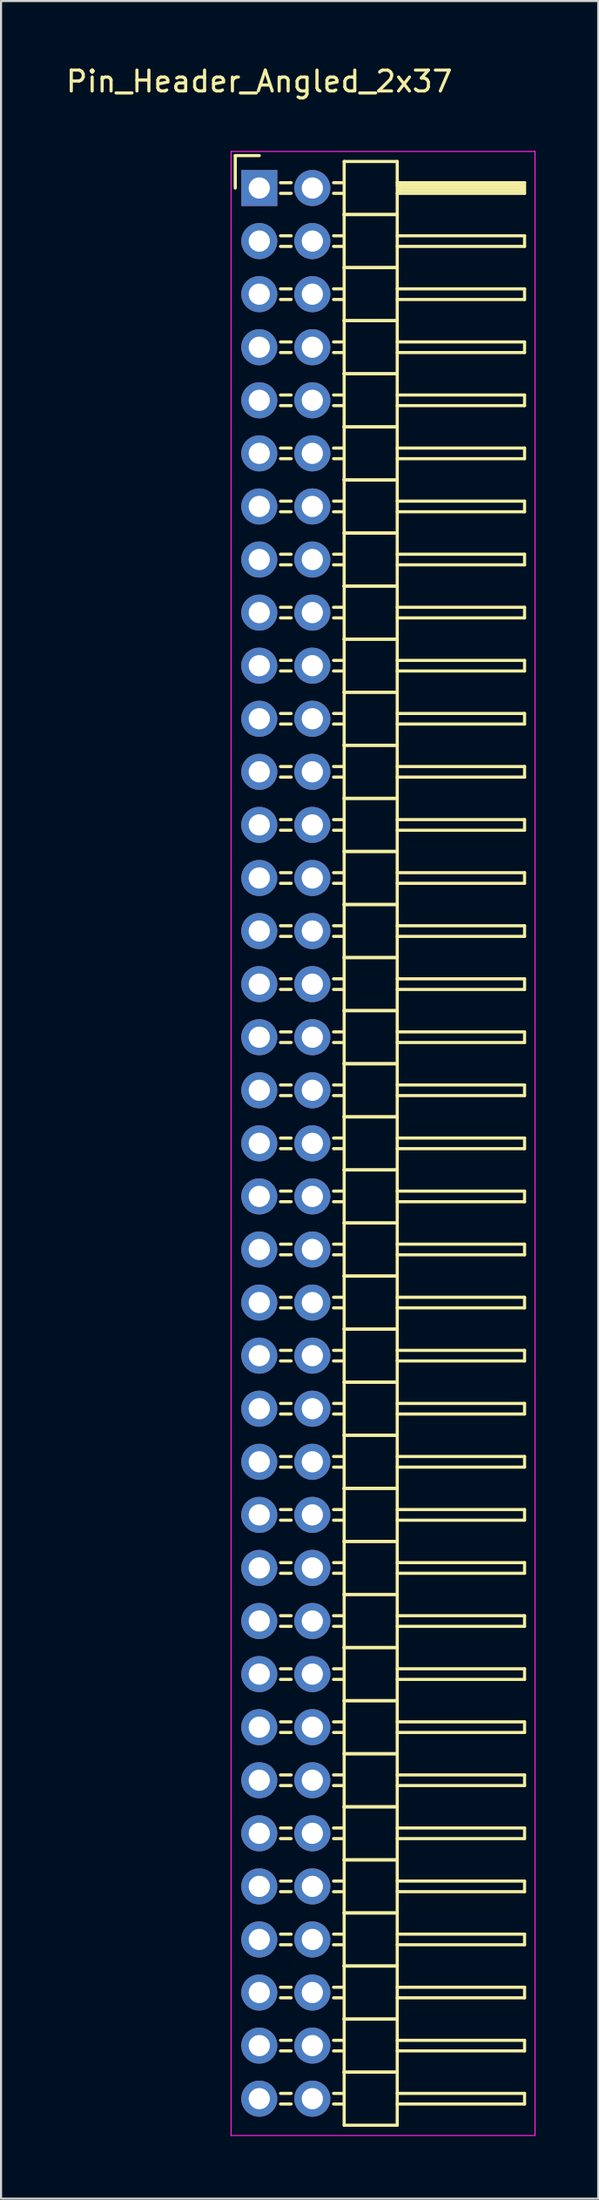
<source format=kicad_pcb>
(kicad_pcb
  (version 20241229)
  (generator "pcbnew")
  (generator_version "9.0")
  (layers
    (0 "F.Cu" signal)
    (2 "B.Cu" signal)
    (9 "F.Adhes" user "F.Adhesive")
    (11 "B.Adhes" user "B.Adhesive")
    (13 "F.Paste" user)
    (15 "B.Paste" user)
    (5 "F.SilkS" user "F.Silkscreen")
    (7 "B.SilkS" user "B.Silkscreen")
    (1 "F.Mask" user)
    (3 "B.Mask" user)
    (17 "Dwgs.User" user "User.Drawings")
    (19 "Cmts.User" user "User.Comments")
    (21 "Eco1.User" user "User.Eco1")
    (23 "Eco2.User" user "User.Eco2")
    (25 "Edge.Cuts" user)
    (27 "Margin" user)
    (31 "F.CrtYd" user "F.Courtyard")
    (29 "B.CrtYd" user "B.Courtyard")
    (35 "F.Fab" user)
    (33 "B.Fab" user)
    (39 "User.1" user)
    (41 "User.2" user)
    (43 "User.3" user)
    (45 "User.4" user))
  (footprint "Pin_Header_Angled_2x37"
    (layer "F.Cu")
    (at 9.363 5.948)
    (property "Reference" "Pin_Header_Angled_2x37" (at 0 -5.1 0) (layer "F.SilkS") (effects (font (size 1 1) (thickness 0.15))))
    (attr through_hole)
    (fp_line (start -1.15 -1.55) (end -1.15 0) (stroke (width 0.15) (type solid)) (layer "F.SilkS"))
    (fp_line (start 0 -1.55) (end -1.15 -1.55) (stroke (width 0.15) (type solid)) (layer "F.SilkS"))
    (fp_line (start 1.524 -0.254) (end 1.016 -0.254) (stroke (width 0.15) (type solid)) (layer "F.SilkS"))
    (fp_line (start 1.524 0.254) (end 1.016 0.254) (stroke (width 0.15) (type solid)) (layer "F.SilkS"))
    (fp_line (start 1.524 2.286) (end 1.016 2.286) (stroke (width 0.15) (type solid)) (layer "F.SilkS"))
    (fp_line (start 1.524 2.794) (end 1.016 2.794) (stroke (width 0.15) (type solid)) (layer "F.SilkS"))
    (fp_line (start 1.524 4.826) (end 1.016 4.826) (stroke (width 0.15) (type solid)) (layer "F.SilkS"))
    (fp_line (start 1.524 5.334) (end 1.016 5.334) (stroke (width 0.15) (type solid)) (layer "F.SilkS"))
    (fp_line (start 1.524 7.366) (end 1.016 7.366) (stroke (width 0.15) (type solid)) (layer "F.SilkS"))
    (fp_line (start 1.524 7.874) (end 1.016 7.874) (stroke (width 0.15) (type solid)) (layer "F.SilkS"))
    (fp_line (start 1.524 9.906) (end 1.016 9.906) (stroke (width 0.15) (type solid)) (layer "F.SilkS"))
    (fp_line (start 1.524 10.414) (end 1.016 10.414) (stroke (width 0.15) (type solid)) (layer "F.SilkS"))
    (fp_line (start 1.524 12.446) (end 1.016 12.446) (stroke (width 0.15) (type solid)) (layer "F.SilkS"))
    (fp_line (start 1.524 12.954) (end 1.016 12.954) (stroke (width 0.15) (type solid)) (layer "F.SilkS"))
    (fp_line (start 1.524 14.986) (end 1.016 14.986) (stroke (width 0.15) (type solid)) (layer "F.SilkS"))
    (fp_line (start 1.524 15.494) (end 1.016 15.494) (stroke (width 0.15) (type solid)) (layer "F.SilkS"))
    (fp_line (start 1.524 17.526) (end 1.016 17.526) (stroke (width 0.15) (type solid)) (layer "F.SilkS"))
    (fp_line (start 1.524 18.034) (end 1.016 18.034) (stroke (width 0.15) (type solid)) (layer "F.SilkS"))
    (fp_line (start 1.524 20.066) (end 1.016 20.066) (stroke (width 0.15) (type solid)) (layer "F.SilkS"))
    (fp_line (start 1.524 20.574) (end 1.016 20.574) (stroke (width 0.15) (type solid)) (layer "F.SilkS"))
    (fp_line (start 1.524 22.606) (end 1.016 22.606) (stroke (width 0.15) (type solid)) (layer "F.SilkS"))
    (fp_line (start 1.524 23.114) (end 1.016 23.114) (stroke (width 0.15) (type solid)) (layer "F.SilkS"))
    (fp_line (start 1.524 25.146) (end 1.016 25.146) (stroke (width 0.15) (type solid)) (layer "F.SilkS"))
    (fp_line (start 1.524 25.654) (end 1.016 25.654) (stroke (width 0.15) (type solid)) (layer "F.SilkS"))
    (fp_line (start 1.524 27.686) (end 1.016 27.686) (stroke (width 0.15) (type solid)) (layer "F.SilkS"))
    (fp_line (start 1.524 28.194) (end 1.016 28.194) (stroke (width 0.15) (type solid)) (layer "F.SilkS"))
    (fp_line (start 1.524 30.226) (end 1.016 30.226) (stroke (width 0.15) (type solid)) (layer "F.SilkS"))
    (fp_line (start 1.524 30.734) (end 1.016 30.734) (stroke (width 0.15) (type solid)) (layer "F.SilkS"))
    (fp_line (start 1.524 32.766) (end 1.016 32.766) (stroke (width 0.15) (type solid)) (layer "F.SilkS"))
    (fp_line (start 1.524 33.274) (end 1.016 33.274) (stroke (width 0.15) (type solid)) (layer "F.SilkS"))
    (fp_line (start 1.524 35.306) (end 1.016 35.306) (stroke (width 0.15) (type solid)) (layer "F.SilkS"))
    (fp_line (start 1.524 35.814) (end 1.016 35.814) (stroke (width 0.15) (type solid)) (layer "F.SilkS"))
    (fp_line (start 1.524 37.846) (end 1.016 37.846) (stroke (width 0.15) (type solid)) (layer "F.SilkS"))
    (fp_line (start 1.524 38.354) (end 1.016 38.354) (stroke (width 0.15) (type solid)) (layer "F.SilkS"))
    (fp_line (start 1.524 40.386) (end 1.016 40.386) (stroke (width 0.15) (type solid)) (layer "F.SilkS"))
    (fp_line (start 1.524 40.894) (end 1.016 40.894) (stroke (width 0.15) (type solid)) (layer "F.SilkS"))
    (fp_line (start 1.524 42.926) (end 1.016 42.926) (stroke (width 0.15) (type solid)) (layer "F.SilkS"))
    (fp_line (start 1.524 43.434) (end 1.016 43.434) (stroke (width 0.15) (type solid)) (layer "F.SilkS"))
    (fp_line (start 1.524 45.466) (end 1.016 45.466) (stroke (width 0.15) (type solid)) (layer "F.SilkS"))
    (fp_line (start 1.524 45.974) (end 1.016 45.974) (stroke (width 0.15) (type solid)) (layer "F.SilkS"))
    (fp_line (start 1.524 48.006) (end 1.016 48.006) (stroke (width 0.15) (type solid)) (layer "F.SilkS"))
    (fp_line (start 1.524 48.514) (end 1.016 48.514) (stroke (width 0.15) (type solid)) (layer "F.SilkS"))
    (fp_line (start 1.524 50.546) (end 1.016 50.546) (stroke (width 0.15) (type solid)) (layer "F.SilkS"))
    (fp_line (start 1.524 51.054) (end 1.016 51.054) (stroke (width 0.15) (type solid)) (layer "F.SilkS"))
    (fp_line (start 1.524 53.086) (end 1.016 53.086) (stroke (width 0.15) (type solid)) (layer "F.SilkS"))
    (fp_line (start 1.524 53.594) (end 1.016 53.594) (stroke (width 0.15) (type solid)) (layer "F.SilkS"))
    (fp_line (start 1.524 55.626) (end 1.016 55.626) (stroke (width 0.15) (type solid)) (layer "F.SilkS"))
    (fp_line (start 1.524 56.134) (end 1.016 56.134) (stroke (width 0.15) (type solid)) (layer "F.SilkS"))
    (fp_line (start 1.524 58.166) (end 1.016 58.166) (stroke (width 0.15) (type solid)) (layer "F.SilkS"))
    (fp_line (start 1.524 58.674) (end 1.016 58.674) (stroke (width 0.15) (type solid)) (layer "F.SilkS"))
    (fp_line (start 1.524 60.706) (end 1.016 60.706) (stroke (width 0.15) (type solid)) (layer "F.SilkS"))
    (fp_line (start 1.524 61.214) (end 1.016 61.214) (stroke (width 0.15) (type solid)) (layer "F.SilkS"))
    (fp_line (start 1.524 63.246) (end 1.016 63.246) (stroke (width 0.15) (type solid)) (layer "F.SilkS"))
    (fp_line (start 1.524 63.754) (end 1.016 63.754) (stroke (width 0.15) (type solid)) (layer "F.SilkS"))
    (fp_line (start 1.524 65.786) (end 1.016 65.786) (stroke (width 0.15) (type solid)) (layer "F.SilkS"))
    (fp_line (start 1.524 66.294) (end 1.016 66.294) (stroke (width 0.15) (type solid)) (layer "F.SilkS"))
    (fp_line (start 1.524 68.326) (end 1.016 68.326) (stroke (width 0.15) (type solid)) (layer "F.SilkS"))
    (fp_line (start 1.524 68.834) (end 1.016 68.834) (stroke (width 0.15) (type solid)) (layer "F.SilkS"))
    (fp_line (start 1.524 70.866) (end 1.016 70.866) (stroke (width 0.15) (type solid)) (layer "F.SilkS"))
    (fp_line (start 1.524 71.374) (end 1.016 71.374) (stroke (width 0.15) (type solid)) (layer "F.SilkS"))
    (fp_line (start 1.524 73.406) (end 1.016 73.406) (stroke (width 0.15) (type solid)) (layer "F.SilkS"))
    (fp_line (start 1.524 73.914) (end 1.016 73.914) (stroke (width 0.15) (type solid)) (layer "F.SilkS"))
    (fp_line (start 1.524 75.946) (end 1.016 75.946) (stroke (width 0.15) (type solid)) (layer "F.SilkS"))
    (fp_line (start 1.524 76.454) (end 1.016 76.454) (stroke (width 0.15) (type solid)) (layer "F.SilkS"))
    (fp_line (start 1.524 78.486) (end 1.016 78.486) (stroke (width 0.15) (type solid)) (layer "F.SilkS"))
    (fp_line (start 1.524 78.994) (end 1.016 78.994) (stroke (width 0.15) (type solid)) (layer "F.SilkS"))
    (fp_line (start 1.524 81.026) (end 1.016 81.026) (stroke (width 0.15) (type solid)) (layer "F.SilkS"))
    (fp_line (start 1.524 81.534) (end 1.016 81.534) (stroke (width 0.15) (type solid)) (layer "F.SilkS"))
    (fp_line (start 1.524 83.566) (end 1.016 83.566) (stroke (width 0.15) (type solid)) (layer "F.SilkS"))
    (fp_line (start 1.524 84.074) (end 1.016 84.074) (stroke (width 0.15) (type solid)) (layer "F.SilkS"))
    (fp_line (start 1.524 86.106) (end 1.016 86.106) (stroke (width 0.15) (type solid)) (layer "F.SilkS"))
    (fp_line (start 1.524 86.614) (end 1.016 86.614) (stroke (width 0.15) (type solid)) (layer "F.SilkS"))
    (fp_line (start 1.524 88.646) (end 1.016 88.646) (stroke (width 0.15) (type solid)) (layer "F.SilkS"))
    (fp_line (start 1.524 89.154) (end 1.016 89.154) (stroke (width 0.15) (type solid)) (layer "F.SilkS"))
    (fp_line (start 1.524 91.186) (end 1.016 91.186) (stroke (width 0.15) (type solid)) (layer "F.SilkS"))
    (fp_line (start 1.524 91.694) (end 1.016 91.694) (stroke (width 0.15) (type solid)) (layer "F.SilkS"))
    (fp_line (start 4.064 -1.27) (end 4.064 1.27) (stroke (width 0.15) (type solid)) (layer "F.SilkS"))
    (fp_line (start 4.064 -1.27) (end 6.604 -1.27) (stroke (width 0.15) (type solid)) (layer "F.SilkS"))
    (fp_line (start 4.064 -0.254) (end 3.556 -0.254) (stroke (width 0.15) (type solid)) (layer "F.SilkS"))
    (fp_line (start 4.064 0.254) (end 3.556 0.254) (stroke (width 0.15) (type solid)) (layer "F.SilkS"))
    (fp_line (start 4.064 1.27) (end 4.064 3.81) (stroke (width 0.15) (type solid)) (layer "F.SilkS"))
    (fp_line (start 4.064 1.27) (end 6.604 1.27) (stroke (width 0.15) (type solid)) (layer "F.SilkS"))
    (fp_line (start 4.064 1.27) (end 6.604 1.27) (stroke (width 0.15) (type solid)) (layer "F.SilkS"))
    (fp_line (start 4.064 2.286) (end 3.556 2.286) (stroke (width 0.15) (type solid)) (layer "F.SilkS"))
    (fp_line (start 4.064 2.794) (end 3.556 2.794) (stroke (width 0.15) (type solid)) (layer "F.SilkS"))
    (fp_line (start 4.064 3.81) (end 4.064 6.35) (stroke (width 0.15) (type solid)) (layer "F.SilkS"))
    (fp_line (start 4.064 3.81) (end 6.604 3.81) (stroke (width 0.15) (type solid)) (layer "F.SilkS"))
    (fp_line (start 4.064 3.81) (end 6.604 3.81) (stroke (width 0.15) (type solid)) (layer "F.SilkS"))
    (fp_line (start 4.064 4.826) (end 3.556 4.826) (stroke (width 0.15) (type solid)) (layer "F.SilkS"))
    (fp_line (start 4.064 5.334) (end 3.556 5.334) (stroke (width 0.15) (type solid)) (layer "F.SilkS"))
    (fp_line (start 4.064 6.35) (end 4.064 8.89) (stroke (width 0.15) (type solid)) (layer "F.SilkS"))
    (fp_line (start 4.064 6.35) (end 6.604 6.35) (stroke (width 0.15) (type solid)) (layer "F.SilkS"))
    (fp_line (start 4.064 6.35) (end 6.604 6.35) (stroke (width 0.15) (type solid)) (layer "F.SilkS"))
    (fp_line (start 4.064 7.366) (end 3.556 7.366) (stroke (width 0.15) (type solid)) (layer "F.SilkS"))
    (fp_line (start 4.064 7.874) (end 3.556 7.874) (stroke (width 0.15) (type solid)) (layer "F.SilkS"))
    (fp_line (start 4.064 8.89) (end 4.064 11.43) (stroke (width 0.15) (type solid)) (layer "F.SilkS"))
    (fp_line (start 4.064 8.89) (end 6.604 8.89) (stroke (width 0.15) (type solid)) (layer "F.SilkS"))
    (fp_line (start 4.064 8.89) (end 6.604 8.89) (stroke (width 0.15) (type solid)) (layer "F.SilkS"))
    (fp_line (start 4.064 9.906) (end 3.556 9.906) (stroke (width 0.15) (type solid)) (layer "F.SilkS"))
    (fp_line (start 4.064 10.414) (end 3.556 10.414) (stroke (width 0.15) (type solid)) (layer "F.SilkS"))
    (fp_line (start 4.064 11.43) (end 4.064 13.97) (stroke (width 0.15) (type solid)) (layer "F.SilkS"))
    (fp_line (start 4.064 11.43) (end 6.604 11.43) (stroke (width 0.15) (type solid)) (layer "F.SilkS"))
    (fp_line (start 4.064 11.43) (end 6.604 11.43) (stroke (width 0.15) (type solid)) (layer "F.SilkS"))
    (fp_line (start 4.064 12.446) (end 3.556 12.446) (stroke (width 0.15) (type solid)) (layer "F.SilkS"))
    (fp_line (start 4.064 12.954) (end 3.556 12.954) (stroke (width 0.15) (type solid)) (layer "F.SilkS"))
    (fp_line (start 4.064 13.97) (end 4.064 16.51) (stroke (width 0.15) (type solid)) (layer "F.SilkS"))
    (fp_line (start 4.064 13.97) (end 6.604 13.97) (stroke (width 0.15) (type solid)) (layer "F.SilkS"))
    (fp_line (start 4.064 13.97) (end 6.604 13.97) (stroke (width 0.15) (type solid)) (layer "F.SilkS"))
    (fp_line (start 4.064 14.986) (end 3.556 14.986) (stroke (width 0.15) (type solid)) (layer "F.SilkS"))
    (fp_line (start 4.064 15.494) (end 3.556 15.494) (stroke (width 0.15) (type solid)) (layer "F.SilkS"))
    (fp_line (start 4.064 16.51) (end 4.064 19.05) (stroke (width 0.15) (type solid)) (layer "F.SilkS"))
    (fp_line (start 4.064 16.51) (end 6.604 16.51) (stroke (width 0.15) (type solid)) (layer "F.SilkS"))
    (fp_line (start 4.064 16.51) (end 6.604 16.51) (stroke (width 0.15) (type solid)) (layer "F.SilkS"))
    (fp_line (start 4.064 17.526) (end 3.556 17.526) (stroke (width 0.15) (type solid)) (layer "F.SilkS"))
    (fp_line (start 4.064 18.034) (end 3.556 18.034) (stroke (width 0.15) (type solid)) (layer "F.SilkS"))
    (fp_line (start 4.064 19.05) (end 4.064 21.59) (stroke (width 0.15) (type solid)) (layer "F.SilkS"))
    (fp_line (start 4.064 19.05) (end 6.604 19.05) (stroke (width 0.15) (type solid)) (layer "F.SilkS"))
    (fp_line (start 4.064 19.05) (end 6.604 19.05) (stroke (width 0.15) (type solid)) (layer "F.SilkS"))
    (fp_line (start 4.064 20.066) (end 3.556 20.066) (stroke (width 0.15) (type solid)) (layer "F.SilkS"))
    (fp_line (start 4.064 20.574) (end 3.556 20.574) (stroke (width 0.15) (type solid)) (layer "F.SilkS"))
    (fp_line (start 4.064 21.59) (end 4.064 24.13) (stroke (width 0.15) (type solid)) (layer "F.SilkS"))
    (fp_line (start 4.064 21.59) (end 6.604 21.59) (stroke (width 0.15) (type solid)) (layer "F.SilkS"))
    (fp_line (start 4.064 21.59) (end 6.604 21.59) (stroke (width 0.15) (type solid)) (layer "F.SilkS"))
    (fp_line (start 4.064 22.606) (end 3.556 22.606) (stroke (width 0.15) (type solid)) (layer "F.SilkS"))
    (fp_line (start 4.064 23.114) (end 3.556 23.114) (stroke (width 0.15) (type solid)) (layer "F.SilkS"))
    (fp_line (start 4.064 24.13) (end 4.064 26.67) (stroke (width 0.15) (type solid)) (layer "F.SilkS"))
    (fp_line (start 4.064 24.13) (end 6.604 24.13) (stroke (width 0.15) (type solid)) (layer "F.SilkS"))
    (fp_line (start 4.064 24.13) (end 6.604 24.13) (stroke (width 0.15) (type solid)) (layer "F.SilkS"))
    (fp_line (start 4.064 25.146) (end 3.556 25.146) (stroke (width 0.15) (type solid)) (layer "F.SilkS"))
    (fp_line (start 4.064 25.654) (end 3.556 25.654) (stroke (width 0.15) (type solid)) (layer "F.SilkS"))
    (fp_line (start 4.064 26.67) (end 4.064 29.21) (stroke (width 0.15) (type solid)) (layer "F.SilkS"))
    (fp_line (start 4.064 26.67) (end 6.604 26.67) (stroke (width 0.15) (type solid)) (layer "F.SilkS"))
    (fp_line (start 4.064 26.67) (end 6.604 26.67) (stroke (width 0.15) (type solid)) (layer "F.SilkS"))
    (fp_line (start 4.064 27.686) (end 3.556 27.686) (stroke (width 0.15) (type solid)) (layer "F.SilkS"))
    (fp_line (start 4.064 28.194) (end 3.556 28.194) (stroke (width 0.15) (type solid)) (layer "F.SilkS"))
    (fp_line (start 4.064 29.21) (end 4.064 31.75) (stroke (width 0.15) (type solid)) (layer "F.SilkS"))
    (fp_line (start 4.064 29.21) (end 6.604 29.21) (stroke (width 0.15) (type solid)) (layer "F.SilkS"))
    (fp_line (start 4.064 29.21) (end 6.604 29.21) (stroke (width 0.15) (type solid)) (layer "F.SilkS"))
    (fp_line (start 4.064 30.226) (end 3.556 30.226) (stroke (width 0.15) (type solid)) (layer "F.SilkS"))
    (fp_line (start 4.064 30.734) (end 3.556 30.734) (stroke (width 0.15) (type solid)) (layer "F.SilkS"))
    (fp_line (start 4.064 31.75) (end 4.064 34.29) (stroke (width 0.15) (type solid)) (layer "F.SilkS"))
    (fp_line (start 4.064 31.75) (end 6.604 31.75) (stroke (width 0.15) (type solid)) (layer "F.SilkS"))
    (fp_line (start 4.064 31.75) (end 6.604 31.75) (stroke (width 0.15) (type solid)) (layer "F.SilkS"))
    (fp_line (start 4.064 32.766) (end 3.556 32.766) (stroke (width 0.15) (type solid)) (layer "F.SilkS"))
    (fp_line (start 4.064 33.274) (end 3.556 33.274) (stroke (width 0.15) (type solid)) (layer "F.SilkS"))
    (fp_line (start 4.064 34.29) (end 4.064 36.83) (stroke (width 0.15) (type solid)) (layer "F.SilkS"))
    (fp_line (start 4.064 34.29) (end 6.604 34.29) (stroke (width 0.15) (type solid)) (layer "F.SilkS"))
    (fp_line (start 4.064 34.29) (end 6.604 34.29) (stroke (width 0.15) (type solid)) (layer "F.SilkS"))
    (fp_line (start 4.064 35.306) (end 3.556 35.306) (stroke (width 0.15) (type solid)) (layer "F.SilkS"))
    (fp_line (start 4.064 35.814) (end 3.556 35.814) (stroke (width 0.15) (type solid)) (layer "F.SilkS"))
    (fp_line (start 4.064 36.83) (end 4.064 39.37) (stroke (width 0.15) (type solid)) (layer "F.SilkS"))
    (fp_line (start 4.064 36.83) (end 6.604 36.83) (stroke (width 0.15) (type solid)) (layer "F.SilkS"))
    (fp_line (start 4.064 36.83) (end 6.604 36.83) (stroke (width 0.15) (type solid)) (layer "F.SilkS"))
    (fp_line (start 4.064 37.846) (end 3.556 37.846) (stroke (width 0.15) (type solid)) (layer "F.SilkS"))
    (fp_line (start 4.064 38.354) (end 3.556 38.354) (stroke (width 0.15) (type solid)) (layer "F.SilkS"))
    (fp_line (start 4.064 39.37) (end 4.064 41.91) (stroke (width 0.15) (type solid)) (layer "F.SilkS"))
    (fp_line (start 4.064 39.37) (end 6.604 39.37) (stroke (width 0.15) (type solid)) (layer "F.SilkS"))
    (fp_line (start 4.064 39.37) (end 6.604 39.37) (stroke (width 0.15) (type solid)) (layer "F.SilkS"))
    (fp_line (start 4.064 40.386) (end 3.556 40.386) (stroke (width 0.15) (type solid)) (layer "F.SilkS"))
    (fp_line (start 4.064 40.894) (end 3.556 40.894) (stroke (width 0.15) (type solid)) (layer "F.SilkS"))
    (fp_line (start 4.064 41.91) (end 4.064 44.45) (stroke (width 0.15) (type solid)) (layer "F.SilkS"))
    (fp_line (start 4.064 41.91) (end 6.604 41.91) (stroke (width 0.15) (type solid)) (layer "F.SilkS"))
    (fp_line (start 4.064 41.91) (end 6.604 41.91) (stroke (width 0.15) (type solid)) (layer "F.SilkS"))
    (fp_line (start 4.064 42.926) (end 3.556 42.926) (stroke (width 0.15) (type solid)) (layer "F.SilkS"))
    (fp_line (start 4.064 43.434) (end 3.556 43.434) (stroke (width 0.15) (type solid)) (layer "F.SilkS"))
    (fp_line (start 4.064 44.45) (end 4.064 46.99) (stroke (width 0.15) (type solid)) (layer "F.SilkS"))
    (fp_line (start 4.064 44.45) (end 6.604 44.45) (stroke (width 0.15) (type solid)) (layer "F.SilkS"))
    (fp_line (start 4.064 44.45) (end 6.604 44.45) (stroke (width 0.15) (type solid)) (layer "F.SilkS"))
    (fp_line (start 4.064 45.466) (end 3.556 45.466) (stroke (width 0.15) (type solid)) (layer "F.SilkS"))
    (fp_line (start 4.064 45.974) (end 3.556 45.974) (stroke (width 0.15) (type solid)) (layer "F.SilkS"))
    (fp_line (start 4.064 46.99) (end 4.064 49.53) (stroke (width 0.15) (type solid)) (layer "F.SilkS"))
    (fp_line (start 4.064 46.99) (end 6.604 46.99) (stroke (width 0.15) (type solid)) (layer "F.SilkS"))
    (fp_line (start 4.064 46.99) (end 6.604 46.99) (stroke (width 0.15) (type solid)) (layer "F.SilkS"))
    (fp_line (start 4.064 48.006) (end 3.556 48.006) (stroke (width 0.15) (type solid)) (layer "F.SilkS"))
    (fp_line (start 4.064 48.514) (end 3.556 48.514) (stroke (width 0.15) (type solid)) (layer "F.SilkS"))
    (fp_line (start 4.064 49.53) (end 4.064 52.07) (stroke (width 0.15) (type solid)) (layer "F.SilkS"))
    (fp_line (start 4.064 49.53) (end 6.604 49.53) (stroke (width 0.15) (type solid)) (layer "F.SilkS"))
    (fp_line (start 4.064 49.53) (end 6.604 49.53) (stroke (width 0.15) (type solid)) (layer "F.SilkS"))
    (fp_line (start 4.064 50.546) (end 3.556 50.546) (stroke (width 0.15) (type solid)) (layer "F.SilkS"))
    (fp_line (start 4.064 51.054) (end 3.556 51.054) (stroke (width 0.15) (type solid)) (layer "F.SilkS"))
    (fp_line (start 4.064 52.07) (end 4.064 54.61) (stroke (width 0.15) (type solid)) (layer "F.SilkS"))
    (fp_line (start 4.064 52.07) (end 6.604 52.07) (stroke (width 0.15) (type solid)) (layer "F.SilkS"))
    (fp_line (start 4.064 52.07) (end 6.604 52.07) (stroke (width 0.15) (type solid)) (layer "F.SilkS"))
    (fp_line (start 4.064 53.086) (end 3.556 53.086) (stroke (width 0.15) (type solid)) (layer "F.SilkS"))
    (fp_line (start 4.064 53.594) (end 3.556 53.594) (stroke (width 0.15) (type solid)) (layer "F.SilkS"))
    (fp_line (start 4.064 54.61) (end 4.064 57.15) (stroke (width 0.15) (type solid)) (layer "F.SilkS"))
    (fp_line (start 4.064 54.61) (end 6.604 54.61) (stroke (width 0.15) (type solid)) (layer "F.SilkS"))
    (fp_line (start 4.064 54.61) (end 6.604 54.61) (stroke (width 0.15) (type solid)) (layer "F.SilkS"))
    (fp_line (start 4.064 55.626) (end 3.556 55.626) (stroke (width 0.15) (type solid)) (layer "F.SilkS"))
    (fp_line (start 4.064 56.134) (end 3.556 56.134) (stroke (width 0.15) (type solid)) (layer "F.SilkS"))
    (fp_line (start 4.064 57.15) (end 4.064 59.69) (stroke (width 0.15) (type solid)) (layer "F.SilkS"))
    (fp_line (start 4.064 57.15) (end 6.604 57.15) (stroke (width 0.15) (type solid)) (layer "F.SilkS"))
    (fp_line (start 4.064 57.15) (end 6.604 57.15) (stroke (width 0.15) (type solid)) (layer "F.SilkS"))
    (fp_line (start 4.064 58.166) (end 3.556 58.166) (stroke (width 0.15) (type solid)) (layer "F.SilkS"))
    (fp_line (start 4.064 58.674) (end 3.556 58.674) (stroke (width 0.15) (type solid)) (layer "F.SilkS"))
    (fp_line (start 4.064 59.69) (end 4.064 62.23) (stroke (width 0.15) (type solid)) (layer "F.SilkS"))
    (fp_line (start 4.064 59.69) (end 6.604 59.69) (stroke (width 0.15) (type solid)) (layer "F.SilkS"))
    (fp_line (start 4.064 59.69) (end 6.604 59.69) (stroke (width 0.15) (type solid)) (layer "F.SilkS"))
    (fp_line (start 4.064 60.706) (end 3.556 60.706) (stroke (width 0.15) (type solid)) (layer "F.SilkS"))
    (fp_line (start 4.064 61.214) (end 3.556 61.214) (stroke (width 0.15) (type solid)) (layer "F.SilkS"))
    (fp_line (start 4.064 62.23) (end 4.064 64.77) (stroke (width 0.15) (type solid)) (layer "F.SilkS"))
    (fp_line (start 4.064 62.23) (end 6.604 62.23) (stroke (width 0.15) (type solid)) (layer "F.SilkS"))
    (fp_line (start 4.064 62.23) (end 6.604 62.23) (stroke (width 0.15) (type solid)) (layer "F.SilkS"))
    (fp_line (start 4.064 63.246) (end 3.556 63.246) (stroke (width 0.15) (type solid)) (layer "F.SilkS"))
    (fp_line (start 4.064 63.754) (end 3.556 63.754) (stroke (width 0.15) (type solid)) (layer "F.SilkS"))
    (fp_line (start 4.064 64.77) (end 4.064 67.31) (stroke (width 0.15) (type solid)) (layer "F.SilkS"))
    (fp_line (start 4.064 64.77) (end 6.604 64.77) (stroke (width 0.15) (type solid)) (layer "F.SilkS"))
    (fp_line (start 4.064 64.77) (end 6.604 64.77) (stroke (width 0.15) (type solid)) (layer "F.SilkS"))
    (fp_line (start 4.064 65.786) (end 3.556 65.786) (stroke (width 0.15) (type solid)) (layer "F.SilkS"))
    (fp_line (start 4.064 66.294) (end 3.556 66.294) (stroke (width 0.15) (type solid)) (layer "F.SilkS"))
    (fp_line (start 4.064 67.31) (end 4.064 69.85) (stroke (width 0.15) (type solid)) (layer "F.SilkS"))
    (fp_line (start 4.064 67.31) (end 6.604 67.31) (stroke (width 0.15) (type solid)) (layer "F.SilkS"))
    (fp_line (start 4.064 67.31) (end 6.604 67.31) (stroke (width 0.15) (type solid)) (layer "F.SilkS"))
    (fp_line (start 4.064 68.326) (end 3.556 68.326) (stroke (width 0.15) (type solid)) (layer "F.SilkS"))
    (fp_line (start 4.064 68.834) (end 3.556 68.834) (stroke (width 0.15) (type solid)) (layer "F.SilkS"))
    (fp_line (start 4.064 69.85) (end 4.064 72.39) (stroke (width 0.15) (type solid)) (layer "F.SilkS"))
    (fp_line (start 4.064 69.85) (end 6.604 69.85) (stroke (width 0.15) (type solid)) (layer "F.SilkS"))
    (fp_line (start 4.064 69.85) (end 6.604 69.85) (stroke (width 0.15) (type solid)) (layer "F.SilkS"))
    (fp_line (start 4.064 70.866) (end 3.556 70.866) (stroke (width 0.15) (type solid)) (layer "F.SilkS"))
    (fp_line (start 4.064 71.374) (end 3.556 71.374) (stroke (width 0.15) (type solid)) (layer "F.SilkS"))
    (fp_line (start 4.064 72.39) (end 4.064 74.93) (stroke (width 0.15) (type solid)) (layer "F.SilkS"))
    (fp_line (start 4.064 72.39) (end 6.604 72.39) (stroke (width 0.15) (type solid)) (layer "F.SilkS"))
    (fp_line (start 4.064 72.39) (end 6.604 72.39) (stroke (width 0.15) (type solid)) (layer "F.SilkS"))
    (fp_line (start 4.064 73.406) (end 3.556 73.406) (stroke (width 0.15) (type solid)) (layer "F.SilkS"))
    (fp_line (start 4.064 73.914) (end 3.556 73.914) (stroke (width 0.15) (type solid)) (layer "F.SilkS"))
    (fp_line (start 4.064 74.93) (end 4.064 77.47) (stroke (width 0.15) (type solid)) (layer "F.SilkS"))
    (fp_line (start 4.064 74.93) (end 6.604 74.93) (stroke (width 0.15) (type solid)) (layer "F.SilkS"))
    (fp_line (start 4.064 74.93) (end 6.604 74.93) (stroke (width 0.15) (type solid)) (layer "F.SilkS"))
    (fp_line (start 4.064 75.946) (end 3.556 75.946) (stroke (width 0.15) (type solid)) (layer "F.SilkS"))
    (fp_line (start 4.064 76.454) (end 3.556 76.454) (stroke (width 0.15) (type solid)) (layer "F.SilkS"))
    (fp_line (start 4.064 77.47) (end 4.064 80.01) (stroke (width 0.15) (type solid)) (layer "F.SilkS"))
    (fp_line (start 4.064 77.47) (end 6.604 77.47) (stroke (width 0.15) (type solid)) (layer "F.SilkS"))
    (fp_line (start 4.064 77.47) (end 6.604 77.47) (stroke (width 0.15) (type solid)) (layer "F.SilkS"))
    (fp_line (start 4.064 78.486) (end 3.556 78.486) (stroke (width 0.15) (type solid)) (layer "F.SilkS"))
    (fp_line (start 4.064 78.994) (end 3.556 78.994) (stroke (width 0.15) (type solid)) (layer "F.SilkS"))
    (fp_line (start 4.064 80.01) (end 4.064 82.55) (stroke (width 0.15) (type solid)) (layer "F.SilkS"))
    (fp_line (start 4.064 80.01) (end 6.604 80.01) (stroke (width 0.15) (type solid)) (layer "F.SilkS"))
    (fp_line (start 4.064 80.01) (end 6.604 80.01) (stroke (width 0.15) (type solid)) (layer "F.SilkS"))
    (fp_line (start 4.064 81.026) (end 3.556 81.026) (stroke (width 0.15) (type solid)) (layer "F.SilkS"))
    (fp_line (start 4.064 81.534) (end 3.556 81.534) (stroke (width 0.15) (type solid)) (layer "F.SilkS"))
    (fp_line (start 4.064 82.55) (end 4.064 85.09) (stroke (width 0.15) (type solid)) (layer "F.SilkS"))
    (fp_line (start 4.064 82.55) (end 6.604 82.55) (stroke (width 0.15) (type solid)) (layer "F.SilkS"))
    (fp_line (start 4.064 82.55) (end 6.604 82.55) (stroke (width 0.15) (type solid)) (layer "F.SilkS"))
    (fp_line (start 4.064 83.566) (end 3.556 83.566) (stroke (width 0.15) (type solid)) (layer "F.SilkS"))
    (fp_line (start 4.064 84.074) (end 3.556 84.074) (stroke (width 0.15) (type solid)) (layer "F.SilkS"))
    (fp_line (start 4.064 85.09) (end 4.064 87.63) (stroke (width 0.15) (type solid)) (layer "F.SilkS"))
    (fp_line (start 4.064 85.09) (end 6.604 85.09) (stroke (width 0.15) (type solid)) (layer "F.SilkS"))
    (fp_line (start 4.064 85.09) (end 6.604 85.09) (stroke (width 0.15) (type solid)) (layer "F.SilkS"))
    (fp_line (start 4.064 86.106) (end 3.556 86.106) (stroke (width 0.15) (type solid)) (layer "F.SilkS"))
    (fp_line (start 4.064 86.614) (end 3.556 86.614) (stroke (width 0.15) (type solid)) (layer "F.SilkS"))
    (fp_line (start 4.064 87.63) (end 4.064 90.17) (stroke (width 0.15) (type solid)) (layer "F.SilkS"))
    (fp_line (start 4.064 87.63) (end 6.604 87.63) (stroke (width 0.15) (type solid)) (layer "F.SilkS"))
    (fp_line (start 4.064 87.63) (end 6.604 87.63) (stroke (width 0.15) (type solid)) (layer "F.SilkS"))
    (fp_line (start 4.064 88.646) (end 3.556 88.646) (stroke (width 0.15) (type solid)) (layer "F.SilkS"))
    (fp_line (start 4.064 89.154) (end 3.556 89.154) (stroke (width 0.15) (type solid)) (layer "F.SilkS"))
    (fp_line (start 4.064 90.17) (end 4.064 92.71) (stroke (width 0.15) (type solid)) (layer "F.SilkS"))
    (fp_line (start 4.064 90.17) (end 6.604 90.17) (stroke (width 0.15) (type solid)) (layer "F.SilkS"))
    (fp_line (start 4.064 90.17) (end 6.604 90.17) (stroke (width 0.15) (type solid)) (layer "F.SilkS"))
    (fp_line (start 4.064 91.186) (end 3.556 91.186) (stroke (width 0.15) (type solid)) (layer "F.SilkS"))
    (fp_line (start 4.064 91.694) (end 3.556 91.694) (stroke (width 0.15) (type solid)) (layer "F.SilkS"))
    (fp_line (start 4.064 92.71) (end 6.604 92.71) (stroke (width 0.15) (type solid)) (layer "F.SilkS"))
    (fp_line (start 6.604 -0.254) (end 12.7 -0.254) (stroke (width 0.15) (type solid)) (layer "F.SilkS"))
    (fp_line (start 6.604 -0.127) (end 12.573 -0.127) (stroke (width 0.15) (type solid)) (layer "F.SilkS"))
    (fp_line (start 6.604 1.27) (end 6.604 -1.27) (stroke (width 0.15) (type solid)) (layer "F.SilkS"))
    (fp_line (start 6.604 2.286) (end 12.7 2.286) (stroke (width 0.15) (type solid)) (layer "F.SilkS"))
    (fp_line (start 6.604 3.81) (end 6.604 1.27) (stroke (width 0.15) (type solid)) (layer "F.SilkS"))
    (fp_line (start 6.604 4.826) (end 12.7 4.826) (stroke (width 0.15) (type solid)) (layer "F.SilkS"))
    (fp_line (start 6.604 6.35) (end 6.604 3.81) (stroke (width 0.15) (type solid)) (layer "F.SilkS"))
    (fp_line (start 6.604 7.366) (end 12.7 7.366) (stroke (width 0.15) (type solid)) (layer "F.SilkS"))
    (fp_line (start 6.604 8.89) (end 6.604 6.35) (stroke (width 0.15) (type solid)) (layer "F.SilkS"))
    (fp_line (start 6.604 9.906) (end 12.7 9.906) (stroke (width 0.15) (type solid)) (layer "F.SilkS"))
    (fp_line (start 6.604 11.43) (end 6.604 8.89) (stroke (width 0.15) (type solid)) (layer "F.SilkS"))
    (fp_line (start 6.604 12.446) (end 12.7 12.446) (stroke (width 0.15) (type solid)) (layer "F.SilkS"))
    (fp_line (start 6.604 13.97) (end 6.604 11.43) (stroke (width 0.15) (type solid)) (layer "F.SilkS"))
    (fp_line (start 6.604 14.986) (end 12.7 14.986) (stroke (width 0.15) (type solid)) (layer "F.SilkS"))
    (fp_line (start 6.604 16.51) (end 6.604 13.97) (stroke (width 0.15) (type solid)) (layer "F.SilkS"))
    (fp_line (start 6.604 17.526) (end 12.7 17.526) (stroke (width 0.15) (type solid)) (layer "F.SilkS"))
    (fp_line (start 6.604 19.05) (end 6.604 16.51) (stroke (width 0.15) (type solid)) (layer "F.SilkS"))
    (fp_line (start 6.604 20.066) (end 12.7 20.066) (stroke (width 0.15) (type solid)) (layer "F.SilkS"))
    (fp_line (start 6.604 21.59) (end 6.604 19.05) (stroke (width 0.15) (type solid)) (layer "F.SilkS"))
    (fp_line (start 6.604 22.606) (end 12.7 22.606) (stroke (width 0.15) (type solid)) (layer "F.SilkS"))
    (fp_line (start 6.604 24.13) (end 6.604 21.59) (stroke (width 0.15) (type solid)) (layer "F.SilkS"))
    (fp_line (start 6.604 25.146) (end 12.7 25.146) (stroke (width 0.15) (type solid)) (layer "F.SilkS"))
    (fp_line (start 6.604 26.67) (end 6.604 24.13) (stroke (width 0.15) (type solid)) (layer "F.SilkS"))
    (fp_line (start 6.604 27.686) (end 12.7 27.686) (stroke (width 0.15) (type solid)) (layer "F.SilkS"))
    (fp_line (start 6.604 29.21) (end 6.604 26.67) (stroke (width 0.15) (type solid)) (layer "F.SilkS"))
    (fp_line (start 6.604 30.226) (end 12.7 30.226) (stroke (width 0.15) (type solid)) (layer "F.SilkS"))
    (fp_line (start 6.604 31.75) (end 6.604 29.21) (stroke (width 0.15) (type solid)) (layer "F.SilkS"))
    (fp_line (start 6.604 32.766) (end 12.7 32.766) (stroke (width 0.15) (type solid)) (layer "F.SilkS"))
    (fp_line (start 6.604 34.29) (end 6.604 31.75) (stroke (width 0.15) (type solid)) (layer "F.SilkS"))
    (fp_line (start 6.604 35.306) (end 12.7 35.306) (stroke (width 0.15) (type solid)) (layer "F.SilkS"))
    (fp_line (start 6.604 36.83) (end 6.604 34.29) (stroke (width 0.15) (type solid)) (layer "F.SilkS"))
    (fp_line (start 6.604 37.846) (end 12.7 37.846) (stroke (width 0.15) (type solid)) (layer "F.SilkS"))
    (fp_line (start 6.604 39.37) (end 6.604 36.83) (stroke (width 0.15) (type solid)) (layer "F.SilkS"))
    (fp_line (start 6.604 40.386) (end 12.7 40.386) (stroke (width 0.15) (type solid)) (layer "F.SilkS"))
    (fp_line (start 6.604 41.91) (end 6.604 39.37) (stroke (width 0.15) (type solid)) (layer "F.SilkS"))
    (fp_line (start 6.604 42.926) (end 12.7 42.926) (stroke (width 0.15) (type solid)) (layer "F.SilkS"))
    (fp_line (start 6.604 44.45) (end 6.604 41.91) (stroke (width 0.15) (type solid)) (layer "F.SilkS"))
    (fp_line (start 6.604 45.466) (end 12.7 45.466) (stroke (width 0.15) (type solid)) (layer "F.SilkS"))
    (fp_line (start 6.604 46.99) (end 6.604 44.45) (stroke (width 0.15) (type solid)) (layer "F.SilkS"))
    (fp_line (start 6.604 48.006) (end 12.7 48.006) (stroke (width 0.15) (type solid)) (layer "F.SilkS"))
    (fp_line (start 6.604 49.53) (end 6.604 46.99) (stroke (width 0.15) (type solid)) (layer "F.SilkS"))
    (fp_line (start 6.604 50.546) (end 12.7 50.546) (stroke (width 0.15) (type solid)) (layer "F.SilkS"))
    (fp_line (start 6.604 52.07) (end 6.604 49.53) (stroke (width 0.15) (type solid)) (layer "F.SilkS"))
    (fp_line (start 6.604 53.086) (end 12.7 53.086) (stroke (width 0.15) (type solid)) (layer "F.SilkS"))
    (fp_line (start 6.604 54.61) (end 6.604 52.07) (stroke (width 0.15) (type solid)) (layer "F.SilkS"))
    (fp_line (start 6.604 55.626) (end 12.7 55.626) (stroke (width 0.15) (type solid)) (layer "F.SilkS"))
    (fp_line (start 6.604 57.15) (end 6.604 54.61) (stroke (width 0.15) (type solid)) (layer "F.SilkS"))
    (fp_line (start 6.604 58.166) (end 12.7 58.166) (stroke (width 0.15) (type solid)) (layer "F.SilkS"))
    (fp_line (start 6.604 59.69) (end 6.604 57.15) (stroke (width 0.15) (type solid)) (layer "F.SilkS"))
    (fp_line (start 6.604 60.706) (end 12.7 60.706) (stroke (width 0.15) (type solid)) (layer "F.SilkS"))
    (fp_line (start 6.604 62.23) (end 6.604 59.69) (stroke (width 0.15) (type solid)) (layer "F.SilkS"))
    (fp_line (start 6.604 63.246) (end 12.7 63.246) (stroke (width 0.15) (type solid)) (layer "F.SilkS"))
    (fp_line (start 6.604 64.77) (end 6.604 62.23) (stroke (width 0.15) (type solid)) (layer "F.SilkS"))
    (fp_line (start 6.604 65.786) (end 12.7 65.786) (stroke (width 0.15) (type solid)) (layer "F.SilkS"))
    (fp_line (start 6.604 67.31) (end 6.604 64.77) (stroke (width 0.15) (type solid)) (layer "F.SilkS"))
    (fp_line (start 6.604 68.326) (end 12.7 68.326) (stroke (width 0.15) (type solid)) (layer "F.SilkS"))
    (fp_line (start 6.604 69.85) (end 6.604 67.31) (stroke (width 0.15) (type solid)) (layer "F.SilkS"))
    (fp_line (start 6.604 70.866) (end 12.7 70.866) (stroke (width 0.15) (type solid)) (layer "F.SilkS"))
    (fp_line (start 6.604 72.39) (end 6.604 69.85) (stroke (width 0.15) (type solid)) (layer "F.SilkS"))
    (fp_line (start 6.604 73.406) (end 12.7 73.406) (stroke (width 0.15) (type solid)) (layer "F.SilkS"))
    (fp_line (start 6.604 74.93) (end 6.604 72.39) (stroke (width 0.15) (type solid)) (layer "F.SilkS"))
    (fp_line (start 6.604 75.946) (end 12.7 75.946) (stroke (width 0.15) (type solid)) (layer "F.SilkS"))
    (fp_line (start 6.604 77.47) (end 6.604 74.93) (stroke (width 0.15) (type solid)) (layer "F.SilkS"))
    (fp_line (start 6.604 78.486) (end 12.7 78.486) (stroke (width 0.15) (type solid)) (layer "F.SilkS"))
    (fp_line (start 6.604 80.01) (end 6.604 77.47) (stroke (width 0.15) (type solid)) (layer "F.SilkS"))
    (fp_line (start 6.604 81.026) (end 12.7 81.026) (stroke (width 0.15) (type solid)) (layer "F.SilkS"))
    (fp_line (start 6.604 82.55) (end 6.604 80.01) (stroke (width 0.15) (type solid)) (layer "F.SilkS"))
    (fp_line (start 6.604 83.566) (end 12.7 83.566) (stroke (width 0.15) (type solid)) (layer "F.SilkS"))
    (fp_line (start 6.604 85.09) (end 6.604 82.55) (stroke (width 0.15) (type solid)) (layer "F.SilkS"))
    (fp_line (start 6.604 86.106) (end 12.7 86.106) (stroke (width 0.15) (type solid)) (layer "F.SilkS"))
    (fp_line (start 6.604 87.63) (end 6.604 85.09) (stroke (width 0.15) (type solid)) (layer "F.SilkS"))
    (fp_line (start 6.604 88.646) (end 12.7 88.646) (stroke (width 0.15) (type solid)) (layer "F.SilkS"))
    (fp_line (start 6.604 90.17) (end 6.604 87.63) (stroke (width 0.15) (type solid)) (layer "F.SilkS"))
    (fp_line (start 6.604 91.186) (end 12.7 91.186) (stroke (width 0.15) (type solid)) (layer "F.SilkS"))
    (fp_line (start 6.604 92.71) (end 6.604 90.17) (stroke (width 0.15) (type solid)) (layer "F.SilkS"))
    (fp_line (start 6.731 0) (end 12.573 0) (stroke (width 0.15) (type solid)) (layer "F.SilkS"))
    (fp_line (start 6.731 0.127) (end 6.731 0) (stroke (width 0.15) (type solid)) (layer "F.SilkS"))
    (fp_line (start 12.573 -0.127) (end 12.573 0.127) (stroke (width 0.15) (type solid)) (layer "F.SilkS"))
    (fp_line (start 12.573 0.127) (end 6.731 0.127) (stroke (width 0.15) (type solid)) (layer "F.SilkS"))
    (fp_line (start 12.7 -0.254) (end 12.7 0.254) (stroke (width 0.15) (type solid)) (layer "F.SilkS"))
    (fp_line (start 12.7 0.254) (end 6.604 0.254) (stroke (width 0.15) (type solid)) (layer "F.SilkS"))
    (fp_line (start 12.7 2.286) (end 12.7 2.794) (stroke (width 0.15) (type solid)) (layer "F.SilkS"))
    (fp_line (start 12.7 2.794) (end 6.604 2.794) (stroke (width 0.15) (type solid)) (layer "F.SilkS"))
    (fp_line (start 12.7 4.826) (end 12.7 5.334) (stroke (width 0.15) (type solid)) (layer "F.SilkS"))
    (fp_line (start 12.7 5.334) (end 6.604 5.334) (stroke (width 0.15) (type solid)) (layer "F.SilkS"))
    (fp_line (start 12.7 7.366) (end 12.7 7.874) (stroke (width 0.15) (type solid)) (layer "F.SilkS"))
    (fp_line (start 12.7 7.874) (end 6.604 7.874) (stroke (width 0.15) (type solid)) (layer "F.SilkS"))
    (fp_line (start 12.7 9.906) (end 12.7 10.414) (stroke (width 0.15) (type solid)) (layer "F.SilkS"))
    (fp_line (start 12.7 10.414) (end 6.604 10.414) (stroke (width 0.15) (type solid)) (layer "F.SilkS"))
    (fp_line (start 12.7 12.446) (end 12.7 12.954) (stroke (width 0.15) (type solid)) (layer "F.SilkS"))
    (fp_line (start 12.7 12.954) (end 6.604 12.954) (stroke (width 0.15) (type solid)) (layer "F.SilkS"))
    (fp_line (start 12.7 14.986) (end 12.7 15.494) (stroke (width 0.15) (type solid)) (layer "F.SilkS"))
    (fp_line (start 12.7 15.494) (end 6.604 15.494) (stroke (width 0.15) (type solid)) (layer "F.SilkS"))
    (fp_line (start 12.7 17.526) (end 12.7 18.034) (stroke (width 0.15) (type solid)) (layer "F.SilkS"))
    (fp_line (start 12.7 18.034) (end 6.604 18.034) (stroke (width 0.15) (type solid)) (layer "F.SilkS"))
    (fp_line (start 12.7 20.066) (end 12.7 20.574) (stroke (width 0.15) (type solid)) (layer "F.SilkS"))
    (fp_line (start 12.7 20.574) (end 6.604 20.574) (stroke (width 0.15) (type solid)) (layer "F.SilkS"))
    (fp_line (start 12.7 22.606) (end 12.7 23.114) (stroke (width 0.15) (type solid)) (layer "F.SilkS"))
    (fp_line (start 12.7 23.114) (end 6.604 23.114) (stroke (width 0.15) (type solid)) (layer "F.SilkS"))
    (fp_line (start 12.7 25.146) (end 12.7 25.654) (stroke (width 0.15) (type solid)) (layer "F.SilkS"))
    (fp_line (start 12.7 25.654) (end 6.604 25.654) (stroke (width 0.15) (type solid)) (layer "F.SilkS"))
    (fp_line (start 12.7 27.686) (end 12.7 28.194) (stroke (width 0.15) (type solid)) (layer "F.SilkS"))
    (fp_line (start 12.7 28.194) (end 6.604 28.194) (stroke (width 0.15) (type solid)) (layer "F.SilkS"))
    (fp_line (start 12.7 30.226) (end 12.7 30.734) (stroke (width 0.15) (type solid)) (layer "F.SilkS"))
    (fp_line (start 12.7 30.734) (end 6.604 30.734) (stroke (width 0.15) (type solid)) (layer "F.SilkS"))
    (fp_line (start 12.7 32.766) (end 12.7 33.274) (stroke (width 0.15) (type solid)) (layer "F.SilkS"))
    (fp_line (start 12.7 33.274) (end 6.604 33.274) (stroke (width 0.15) (type solid)) (layer "F.SilkS"))
    (fp_line (start 12.7 35.306) (end 12.7 35.814) (stroke (width 0.15) (type solid)) (layer "F.SilkS"))
    (fp_line (start 12.7 35.814) (end 6.604 35.814) (stroke (width 0.15) (type solid)) (layer "F.SilkS"))
    (fp_line (start 12.7 37.846) (end 12.7 38.354) (stroke (width 0.15) (type solid)) (layer "F.SilkS"))
    (fp_line (start 12.7 38.354) (end 6.604 38.354) (stroke (width 0.15) (type solid)) (layer "F.SilkS"))
    (fp_line (start 12.7 40.386) (end 12.7 40.894) (stroke (width 0.15) (type solid)) (layer "F.SilkS"))
    (fp_line (start 12.7 40.894) (end 6.604 40.894) (stroke (width 0.15) (type solid)) (layer "F.SilkS"))
    (fp_line (start 12.7 42.926) (end 12.7 43.434) (stroke (width 0.15) (type solid)) (layer "F.SilkS"))
    (fp_line (start 12.7 43.434) (end 6.604 43.434) (stroke (width 0.15) (type solid)) (layer "F.SilkS"))
    (fp_line (start 12.7 45.466) (end 12.7 45.974) (stroke (width 0.15) (type solid)) (layer "F.SilkS"))
    (fp_line (start 12.7 45.974) (end 6.604 45.974) (stroke (width 0.15) (type solid)) (layer "F.SilkS"))
    (fp_line (start 12.7 48.006) (end 12.7 48.514) (stroke (width 0.15) (type solid)) (layer "F.SilkS"))
    (fp_line (start 12.7 48.514) (end 6.604 48.514) (stroke (width 0.15) (type solid)) (layer "F.SilkS"))
    (fp_line (start 12.7 50.546) (end 12.7 51.054) (stroke (width 0.15) (type solid)) (layer "F.SilkS"))
    (fp_line (start 12.7 51.054) (end 6.604 51.054) (stroke (width 0.15) (type solid)) (layer "F.SilkS"))
    (fp_line (start 12.7 53.086) (end 12.7 53.594) (stroke (width 0.15) (type solid)) (layer "F.SilkS"))
    (fp_line (start 12.7 53.594) (end 6.604 53.594) (stroke (width 0.15) (type solid)) (layer "F.SilkS"))
    (fp_line (start 12.7 55.626) (end 12.7 56.134) (stroke (width 0.15) (type solid)) (layer "F.SilkS"))
    (fp_line (start 12.7 56.134) (end 6.604 56.134) (stroke (width 0.15) (type solid)) (layer "F.SilkS"))
    (fp_line (start 12.7 58.166) (end 12.7 58.674) (stroke (width 0.15) (type solid)) (layer "F.SilkS"))
    (fp_line (start 12.7 58.674) (end 6.604 58.674) (stroke (width 0.15) (type solid)) (layer "F.SilkS"))
    (fp_line (start 12.7 60.706) (end 12.7 61.214) (stroke (width 0.15) (type solid)) (layer "F.SilkS"))
    (fp_line (start 12.7 61.214) (end 6.604 61.214) (stroke (width 0.15) (type solid)) (layer "F.SilkS"))
    (fp_line (start 12.7 63.246) (end 12.7 63.754) (stroke (width 0.15) (type solid)) (layer "F.SilkS"))
    (fp_line (start 12.7 63.754) (end 6.604 63.754) (stroke (width 0.15) (type solid)) (layer "F.SilkS"))
    (fp_line (start 12.7 65.786) (end 12.7 66.294) (stroke (width 0.15) (type solid)) (layer "F.SilkS"))
    (fp_line (start 12.7 66.294) (end 6.604 66.294) (stroke (width 0.15) (type solid)) (layer "F.SilkS"))
    (fp_line (start 12.7 68.326) (end 12.7 68.834) (stroke (width 0.15) (type solid)) (layer "F.SilkS"))
    (fp_line (start 12.7 68.834) (end 6.604 68.834) (stroke (width 0.15) (type solid)) (layer "F.SilkS"))
    (fp_line (start 12.7 70.866) (end 12.7 71.374) (stroke (width 0.15) (type solid)) (layer "F.SilkS"))
    (fp_line (start 12.7 71.374) (end 6.604 71.374) (stroke (width 0.15) (type solid)) (layer "F.SilkS"))
    (fp_line (start 12.7 73.406) (end 12.7 73.914) (stroke (width 0.15) (type solid)) (layer "F.SilkS"))
    (fp_line (start 12.7 73.914) (end 6.604 73.914) (stroke (width 0.15) (type solid)) (layer "F.SilkS"))
    (fp_line (start 12.7 75.946) (end 12.7 76.454) (stroke (width 0.15) (type solid)) (layer "F.SilkS"))
    (fp_line (start 12.7 76.454) (end 6.604 76.454) (stroke (width 0.15) (type solid)) (layer "F.SilkS"))
    (fp_line (start 12.7 78.486) (end 12.7 78.994) (stroke (width 0.15) (type solid)) (layer "F.SilkS"))
    (fp_line (start 12.7 78.994) (end 6.604 78.994) (stroke (width 0.15) (type solid)) (layer "F.SilkS"))
    (fp_line (start 12.7 81.026) (end 12.7 81.534) (stroke (width 0.15) (type solid)) (layer "F.SilkS"))
    (fp_line (start 12.7 81.534) (end 6.604 81.534) (stroke (width 0.15) (type solid)) (layer "F.SilkS"))
    (fp_line (start 12.7 83.566) (end 12.7 84.074) (stroke (width 0.15) (type solid)) (layer "F.SilkS"))
    (fp_line (start 12.7 84.074) (end 6.604 84.074) (stroke (width 0.15) (type solid)) (layer "F.SilkS"))
    (fp_line (start 12.7 86.106) (end 12.7 86.614) (stroke (width 0.15) (type solid)) (layer "F.SilkS"))
    (fp_line (start 12.7 86.614) (end 6.604 86.614) (stroke (width 0.15) (type solid)) (layer "F.SilkS"))
    (fp_line (start 12.7 88.646) (end 12.7 89.154) (stroke (width 0.15) (type solid)) (layer "F.SilkS"))
    (fp_line (start 12.7 89.154) (end 6.604 89.154) (stroke (width 0.15) (type solid)) (layer "F.SilkS"))
    (fp_line (start 12.7 91.186) (end 12.7 91.694) (stroke (width 0.15) (type solid)) (layer "F.SilkS"))
    (fp_line (start 12.7 91.694) (end 6.604 91.694) (stroke (width 0.15) (type solid)) (layer "F.SilkS"))
    (fp_line (start -1.35 -1.75) (end -1.35 93.2) (stroke (width 0.05) (type solid)) (layer "F.CrtYd"))
    (fp_line (start -1.35 -1.75) (end 13.2 -1.75) (stroke (width 0.05) (type solid)) (layer "F.CrtYd"))
    (fp_line (start -1.35 93.2) (end 13.2 93.2) (stroke (width 0.05) (type solid)) (layer "F.CrtYd"))
    (fp_line (start 13.2 -1.75) (end 13.2 93.2) (stroke (width 0.05) (type solid)) (layer "F.CrtYd"))
    (pad "1" thru_hole rect (at 0 0) (size 1.727 1.727) (drill 1.016) (layers "*.Cu" "*.Mask"))
    (pad "2" thru_hole oval (at 2.54 0) (size 1.727 1.727) (drill 1.016) (layers "*.Cu" "*.Mask"))
    (pad "3" thru_hole oval (at 0 2.54) (size 1.727 1.727) (drill 1.016) (layers "*.Cu" "*.Mask"))
    (pad "4" thru_hole oval (at 2.54 2.54) (size 1.727 1.727) (drill 1.016) (layers "*.Cu" "*.Mask"))
    (pad "5" thru_hole oval (at 0 5.08) (size 1.727 1.727) (drill 1.016) (layers "*.Cu" "*.Mask"))
    (pad "6" thru_hole oval (at 2.54 5.08) (size 1.727 1.727) (drill 1.016) (layers "*.Cu" "*.Mask"))
    (pad "7" thru_hole oval (at 0 7.62) (size 1.727 1.727) (drill 1.016) (layers "*.Cu" "*.Mask"))
    (pad "8" thru_hole oval (at 2.54 7.62) (size 1.727 1.727) (drill 1.016) (layers "*.Cu" "*.Mask"))
    (pad "9" thru_hole oval (at 0 10.16) (size 1.727 1.727) (drill 1.016) (layers "*.Cu" "*.Mask"))
    (pad "10" thru_hole oval (at 2.54 10.16) (size 1.727 1.727) (drill 1.016) (layers "*.Cu" "*.Mask"))
    (pad "11" thru_hole oval (at 0 12.7) (size 1.727 1.727) (drill 1.016) (layers "*.Cu" "*.Mask"))
    (pad "12" thru_hole oval (at 2.54 12.7) (size 1.727 1.727) (drill 1.016) (layers "*.Cu" "*.Mask"))
    (pad "13" thru_hole oval (at 0 15.24) (size 1.727 1.727) (drill 1.016) (layers "*.Cu" "*.Mask"))
    (pad "14" thru_hole oval (at 2.54 15.24) (size 1.727 1.727) (drill 1.016) (layers "*.Cu" "*.Mask"))
    (pad "15" thru_hole oval (at 0 17.78) (size 1.727 1.727) (drill 1.016) (layers "*.Cu" "*.Mask"))
    (pad "16" thru_hole oval (at 2.54 17.78) (size 1.727 1.727) (drill 1.016) (layers "*.Cu" "*.Mask"))
    (pad "17" thru_hole oval (at 0 20.32) (size 1.727 1.727) (drill 1.016) (layers "*.Cu" "*.Mask"))
    (pad "18" thru_hole oval (at 2.54 20.32) (size 1.727 1.727) (drill 1.016) (layers "*.Cu" "*.Mask"))
    (pad "19" thru_hole oval (at 0 22.86) (size 1.727 1.727) (drill 1.016) (layers "*.Cu" "*.Mask"))
    (pad "20" thru_hole oval (at 2.54 22.86) (size 1.727 1.727) (drill 1.016) (layers "*.Cu" "*.Mask"))
    (pad "21" thru_hole oval (at 0 25.4) (size 1.727 1.727) (drill 1.016) (layers "*.Cu" "*.Mask"))
    (pad "22" thru_hole oval (at 2.54 25.4) (size 1.727 1.727) (drill 1.016) (layers "*.Cu" "*.Mask"))
    (pad "23" thru_hole oval (at 0 27.94) (size 1.727 1.727) (drill 1.016) (layers "*.Cu" "*.Mask"))
    (pad "24" thru_hole oval (at 2.54 27.94) (size 1.727 1.727) (drill 1.016) (layers "*.Cu" "*.Mask"))
    (pad "25" thru_hole oval (at 0 30.48) (size 1.727 1.727) (drill 1.016) (layers "*.Cu" "*.Mask"))
    (pad "26" thru_hole oval (at 2.54 30.48) (size 1.727 1.727) (drill 1.016) (layers "*.Cu" "*.Mask"))
    (pad "27" thru_hole oval (at 0 33.02) (size 1.727 1.727) (drill 1.016) (layers "*.Cu" "*.Mask"))
    (pad "28" thru_hole oval (at 2.54 33.02) (size 1.727 1.727) (drill 1.016) (layers "*.Cu" "*.Mask"))
    (pad "29" thru_hole oval (at 0 35.56) (size 1.727 1.727) (drill 1.016) (layers "*.Cu" "*.Mask"))
    (pad "30" thru_hole oval (at 2.54 35.56) (size 1.727 1.727) (drill 1.016) (layers "*.Cu" "*.Mask"))
    (pad "31" thru_hole oval (at 0 38.1) (size 1.727 1.727) (drill 1.016) (layers "*.Cu" "*.Mask"))
    (pad "32" thru_hole oval (at 2.54 38.1) (size 1.727 1.727) (drill 1.016) (layers "*.Cu" "*.Mask"))
    (pad "33" thru_hole oval (at 0 40.64) (size 1.727 1.727) (drill 1.016) (layers "*.Cu" "*.Mask"))
    (pad "34" thru_hole oval (at 2.54 40.64) (size 1.727 1.727) (drill 1.016) (layers "*.Cu" "*.Mask"))
    (pad "35" thru_hole oval (at 0 43.18) (size 1.727 1.727) (drill 1.016) (layers "*.Cu" "*.Mask"))
    (pad "36" thru_hole oval (at 2.54 43.18) (size 1.727 1.727) (drill 1.016) (layers "*.Cu" "*.Mask"))
    (pad "37" thru_hole oval (at 0 45.72) (size 1.727 1.727) (drill 1.016) (layers "*.Cu" "*.Mask"))
    (pad "38" thru_hole oval (at 2.54 45.72) (size 1.727 1.727) (drill 1.016) (layers "*.Cu" "*.Mask"))
    (pad "39" thru_hole oval (at 0 48.26) (size 1.727 1.727) (drill 1.016) (layers "*.Cu" "*.Mask"))
    (pad "40" thru_hole oval (at 2.54 48.26) (size 1.727 1.727) (drill 1.016) (layers "*.Cu" "*.Mask"))
    (pad "41" thru_hole oval (at 0 50.8) (size 1.727 1.727) (drill 1.016) (layers "*.Cu" "*.Mask"))
    (pad "42" thru_hole oval (at 2.54 50.8) (size 1.727 1.727) (drill 1.016) (layers "*.Cu" "*.Mask"))
    (pad "43" thru_hole oval (at 0 53.34) (size 1.727 1.727) (drill 1.016) (layers "*.Cu" "*.Mask"))
    (pad "44" thru_hole oval (at 2.54 53.34) (size 1.727 1.727) (drill 1.016) (layers "*.Cu" "*.Mask"))
    (pad "45" thru_hole oval (at 0 55.88) (size 1.727 1.727) (drill 1.016) (layers "*.Cu" "*.Mask"))
    (pad "46" thru_hole oval (at 2.54 55.88) (size 1.727 1.727) (drill 1.016) (layers "*.Cu" "*.Mask"))
    (pad "47" thru_hole oval (at 0 58.42) (size 1.727 1.727) (drill 1.016) (layers "*.Cu" "*.Mask"))
    (pad "48" thru_hole oval (at 2.54 58.42) (size 1.727 1.727) (drill 1.016) (layers "*.Cu" "*.Mask"))
    (pad "49" thru_hole oval (at 0 60.96) (size 1.727 1.727) (drill 1.016) (layers "*.Cu" "*.Mask"))
    (pad "50" thru_hole oval (at 2.54 60.96) (size 1.727 1.727) (drill 1.016) (layers "*.Cu" "*.Mask"))
    (pad "51" thru_hole oval (at 0 63.5) (size 1.727 1.727) (drill 1.016) (layers "*.Cu" "*.Mask"))
    (pad "52" thru_hole oval (at 2.54 63.5) (size 1.727 1.727) (drill 1.016) (layers "*.Cu" "*.Mask"))
    (pad "53" thru_hole oval (at 0 66.04) (size 1.727 1.727) (drill 1.016) (layers "*.Cu" "*.Mask"))
    (pad "54" thru_hole oval (at 2.54 66.04) (size 1.727 1.727) (drill 1.016) (layers "*.Cu" "*.Mask"))
    (pad "55" thru_hole oval (at 0 68.58) (size 1.727 1.727) (drill 1.016) (layers "*.Cu" "*.Mask"))
    (pad "56" thru_hole oval (at 2.54 68.58) (size 1.727 1.727) (drill 1.016) (layers "*.Cu" "*.Mask"))
    (pad "57" thru_hole oval (at 0 71.12) (size 1.727 1.727) (drill 1.016) (layers "*.Cu" "*.Mask"))
    (pad "58" thru_hole oval (at 2.54 71.12) (size 1.727 1.727) (drill 1.016) (layers "*.Cu" "*.Mask"))
    (pad "59" thru_hole oval (at 0 73.66) (size 1.727 1.727) (drill 1.016) (layers "*.Cu" "*.Mask"))
    (pad "60" thru_hole oval (at 2.54 73.66) (size 1.727 1.727) (drill 1.016) (layers "*.Cu" "*.Mask"))
    (pad "61" thru_hole oval (at 0 76.2) (size 1.727 1.727) (drill 1.016) (layers "*.Cu" "*.Mask"))
    (pad "62" thru_hole oval (at 2.54 76.2) (size 1.727 1.727) (drill 1.016) (layers "*.Cu" "*.Mask"))
    (pad "63" thru_hole oval (at 0 78.74) (size 1.727 1.727) (drill 1.016) (layers "*.Cu" "*.Mask"))
    (pad "64" thru_hole oval (at 2.54 78.74) (size 1.727 1.727) (drill 1.016) (layers "*.Cu" "*.Mask"))
    (pad "65" thru_hole oval (at 0 81.28) (size 1.727 1.727) (drill 1.016) (layers "*.Cu" "*.Mask"))
    (pad "66" thru_hole oval (at 2.54 81.28) (size 1.727 1.727) (drill 1.016) (layers "*.Cu" "*.Mask"))
    (pad "67" thru_hole oval (at 0 83.82) (size 1.727 1.727) (drill 1.016) (layers "*.Cu" "*.Mask"))
    (pad "68" thru_hole oval (at 2.54 83.82) (size 1.727 1.727) (drill 1.016) (layers "*.Cu" "*.Mask"))
    (pad "69" thru_hole oval (at 0 86.36) (size 1.727 1.727) (drill 1.016) (layers "*.Cu" "*.Mask"))
    (pad "70" thru_hole oval (at 2.54 86.36) (size 1.727 1.727) (drill 1.016) (layers "*.Cu" "*.Mask"))
    (pad "71" thru_hole oval (at 0 88.9) (size 1.727 1.727) (drill 1.016) (layers "*.Cu" "*.Mask"))
    (pad "72" thru_hole oval (at 2.54 88.9) (size 1.727 1.727) (drill 1.016) (layers "*.Cu" "*.Mask"))
    (pad "73" thru_hole oval (at 0 91.44) (size 1.727 1.727) (drill 1.016) (layers "*.Cu" "*.Mask"))
    (pad "74" thru_hole oval (at 2.54 91.44) (size 1.727 1.727) (drill 1.016) (layers "*.Cu" "*.Mask")))
  (gr_rect
    (start -3 -3)
    (end 25.588 102.173)
    (stroke (width 0.1) (type default))
    (fill no)
    (layer "Edge.Cuts")))
</source>
